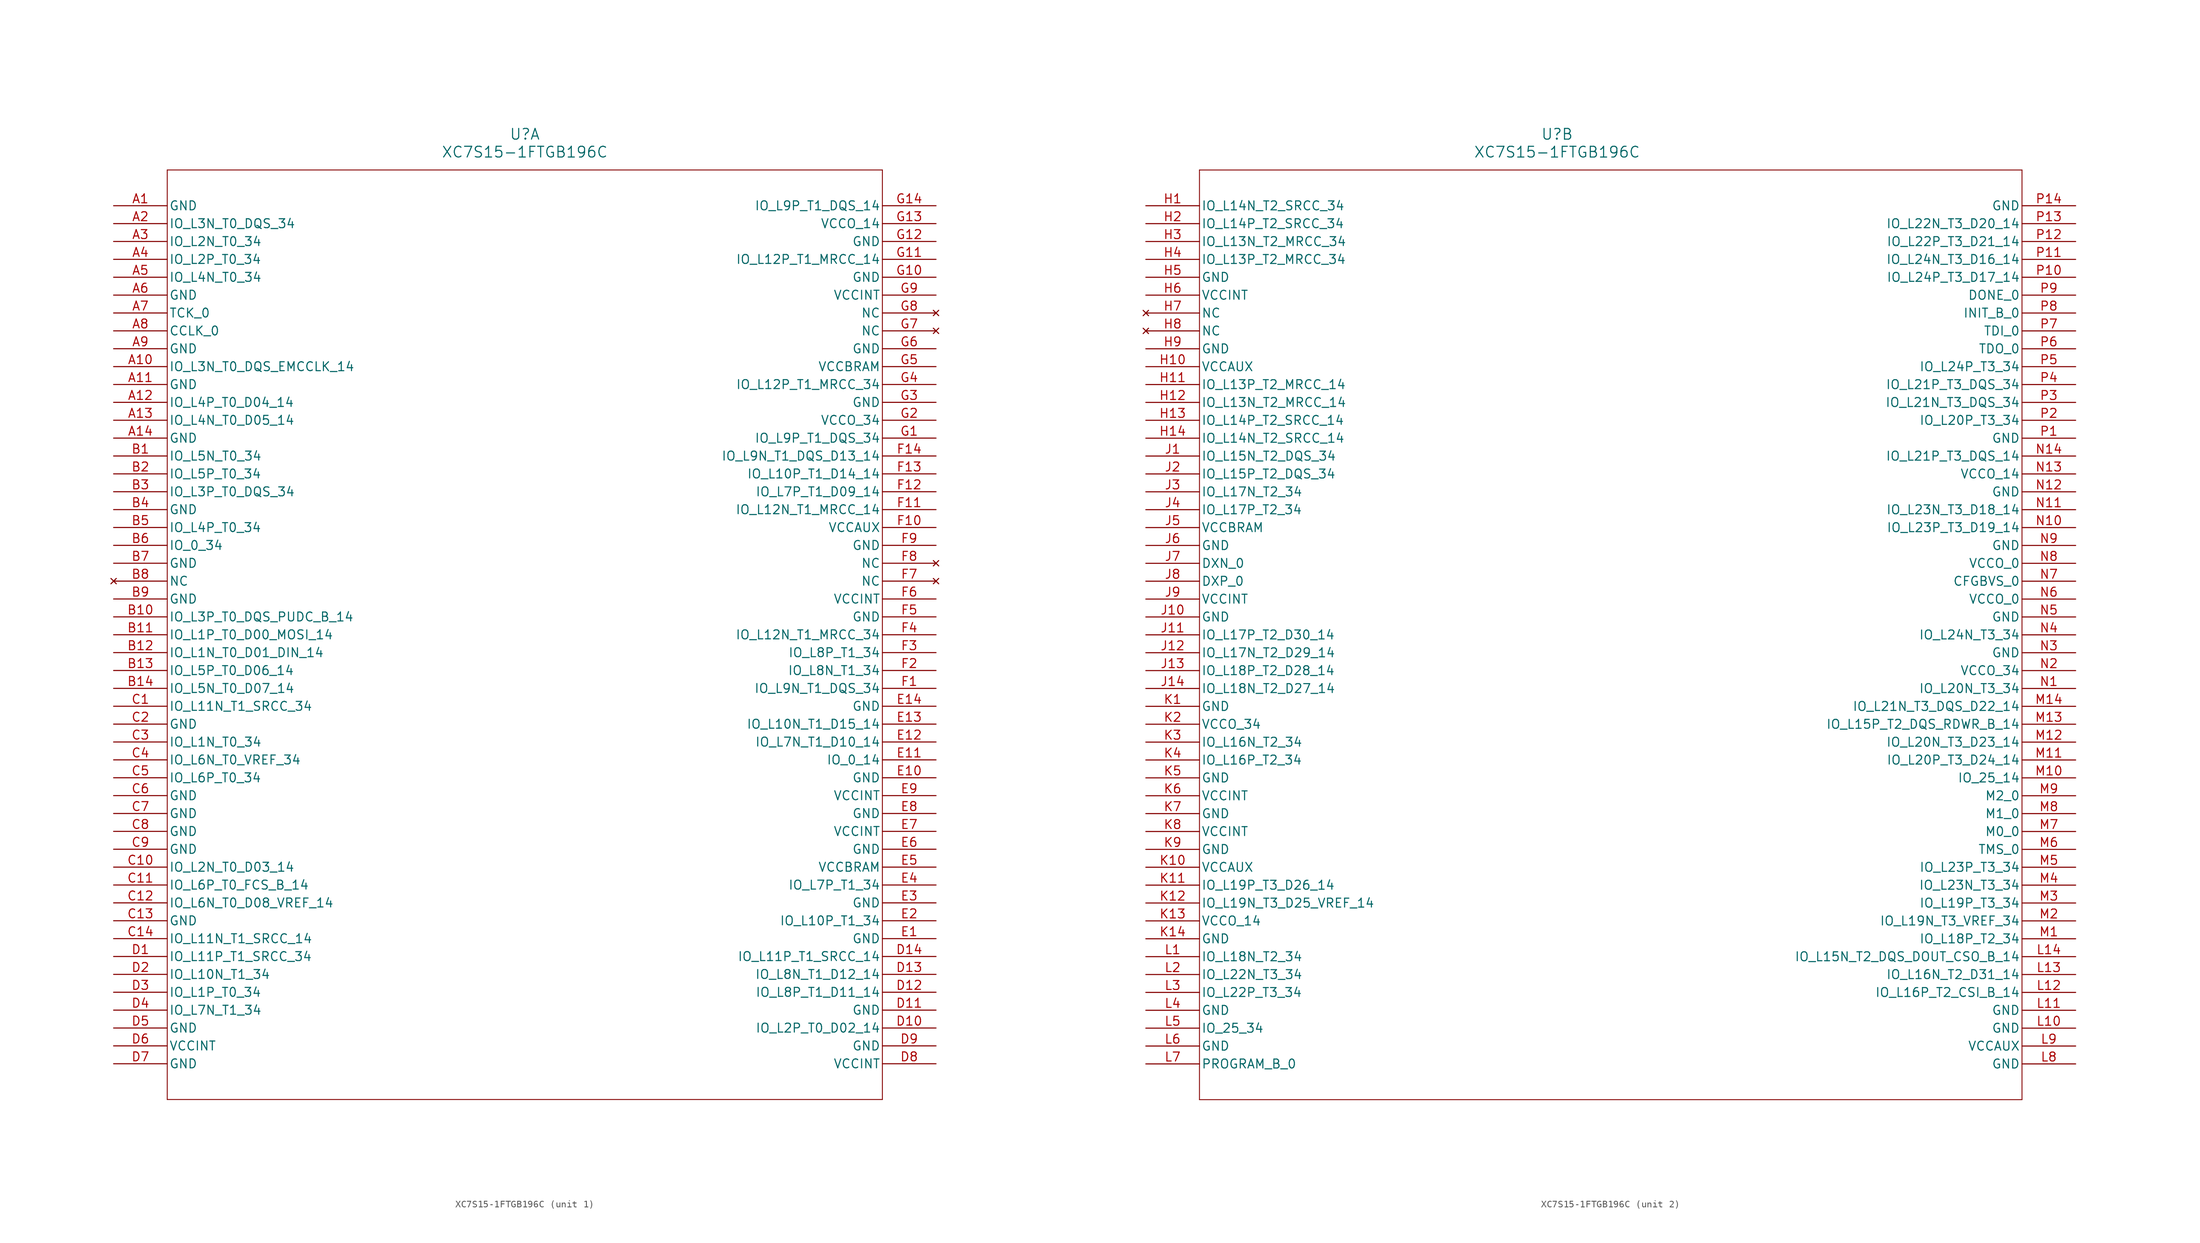
<source format=kicad_sym>
(kicad_symbol_lib
  (version 20211014)
  (generator kicad_symbol_editor)
  (symbol "XC7S15-1FTGB196C"
    (pin_names
      (offset 0.254))
    (property "Reference" "U"
      (at 58.42 10.16 0)
      (effects (font (size 1.524 1.524))))
    (property "Value" "XC7S15-1FTGB196C"
      (at 58.42 7.62 0)
      (effects (font (size 1.524 1.524))))
    (symbol "XC7S15-1FTGB196C_1_1"
      (polyline (pts (xy 7.62 5.08) (xy 7.62 -127)) (stroke (width 0.127) (type default) (color 0 0 0 0)) (fill (type none)))
      (polyline (pts (xy 7.62 -127) (xy 109.22 -127)) (stroke (width 0.127) (type default) (color 0 0 0 0)) (fill (type none)))
      (polyline (pts (xy 109.22 -127) (xy 109.22 5.08)) (stroke (width 0.127) (type default) (color 0 0 0 0)) (fill (type none)))
      (polyline (pts (xy 109.22 5.08) (xy 7.62 5.08)) (stroke (width 0.127) (type default) (color 0 0 0 0)) (fill (type none)))
      (pin power_out line (at 0 0 0) (length 7.62) (name "GND" (effects (font (size 1.27 1.27)))) (number "A1" (effects (font (size 1.27 1.27)))))
      (pin bidirectional line (at 0 -2.54 0) (length 7.62) (name "IO_L3N_T0_DQS_34" (effects (font (size 1.27 1.27)))) (number "A2" (effects (font (size 1.27 1.27)))))
      (pin bidirectional line (at 0 -5.08 0) (length 7.62) (name "IO_L2N_T0_34" (effects (font (size 1.27 1.27)))) (number "A3" (effects (font (size 1.27 1.27)))))
      (pin bidirectional line (at 0 -7.62 0) (length 7.62) (name "IO_L2P_T0_34" (effects (font (size 1.27 1.27)))) (number "A4" (effects (font (size 1.27 1.27)))))
      (pin bidirectional line (at 0 -10.16 0) (length 7.62) (name "IO_L4N_T0_34" (effects (font (size 1.27 1.27)))) (number "A5" (effects (font (size 1.27 1.27)))))
      (pin power_out line (at 0 -12.7 0) (length 7.62) (name "GND" (effects (font (size 1.27 1.27)))) (number "A6" (effects (font (size 1.27 1.27)))))
      (pin input line (at 0 -15.24 0) (length 7.62) (name "TCK_0" (effects (font (size 1.27 1.27)))) (number "A7" (effects (font (size 1.27 1.27)))))
      (pin bidirectional line (at 0 -17.78 0) (length 7.62) (name "CCLK_0" (effects (font (size 1.27 1.27)))) (number "A8" (effects (font (size 1.27 1.27)))))
      (pin power_out line (at 0 -20.32 0) (length 7.62) (name "GND" (effects (font (size 1.27 1.27)))) (number "A9" (effects (font (size 1.27 1.27)))))
      (pin bidirectional line (at 0 -22.86 0) (length 7.62) (name "IO_L3N_T0_DQS_EMCCLK_14" (effects (font (size 1.27 1.27)))) (number "A10" (effects (font (size 1.27 1.27)))))
      (pin power_out line (at 0 -25.4 0) (length 7.62) (name "GND" (effects (font (size 1.27 1.27)))) (number "A11" (effects (font (size 1.27 1.27)))))
      (pin bidirectional line (at 0 -27.94 0) (length 7.62) (name "IO_L4P_T0_D04_14" (effects (font (size 1.27 1.27)))) (number "A12" (effects (font (size 1.27 1.27)))))
      (pin bidirectional line (at 0 -30.48 0) (length 7.62) (name "IO_L4N_T0_D05_14" (effects (font (size 1.27 1.27)))) (number "A13" (effects (font (size 1.27 1.27)))))
      (pin power_out line (at 0 -33.02 0) (length 7.62) (name "GND" (effects (font (size 1.27 1.27)))) (number "A14" (effects (font (size 1.27 1.27)))))
      (pin bidirectional line (at 0 -35.56 0) (length 7.62) (name "IO_L5N_T0_34" (effects (font (size 1.27 1.27)))) (number "B1" (effects (font (size 1.27 1.27)))))
      (pin bidirectional line (at 0 -38.1 0) (length 7.62) (name "IO_L5P_T0_34" (effects (font (size 1.27 1.27)))) (number "B2" (effects (font (size 1.27 1.27)))))
      (pin bidirectional line (at 0 -40.64 0) (length 7.62) (name "IO_L3P_T0_DQS_34" (effects (font (size 1.27 1.27)))) (number "B3" (effects (font (size 1.27 1.27)))))
      (pin power_out line (at 0 -43.18 0) (length 7.62) (name "GND" (effects (font (size 1.27 1.27)))) (number "B4" (effects (font (size 1.27 1.27)))))
      (pin bidirectional line (at 0 -45.72 0) (length 7.62) (name "IO_L4P_T0_34" (effects (font (size 1.27 1.27)))) (number "B5" (effects (font (size 1.27 1.27)))))
      (pin bidirectional line (at 0 -48.26 0) (length 7.62) (name "IO_0_34" (effects (font (size 1.27 1.27)))) (number "B6" (effects (font (size 1.27 1.27)))))
      (pin power_out line (at 0 -50.8 0) (length 7.62) (name "GND" (effects (font (size 1.27 1.27)))) (number "B7" (effects (font (size 1.27 1.27)))))
      (pin no_connect line (at 0 -53.34 0) (length 7.62) (name "NC" (effects (font (size 1.27 1.27)))) (number "B8" (effects (font (size 1.27 1.27)))))
      (pin power_out line (at 0 -55.88 0) (length 7.62) (name "GND" (effects (font (size 1.27 1.27)))) (number "B9" (effects (font (size 1.27 1.27)))))
      (pin bidirectional line (at 0 -58.42 0) (length 7.62) (name "IO_L3P_T0_DQS_PUDC_B_14" (effects (font (size 1.27 1.27)))) (number "B10" (effects (font (size 1.27 1.27)))))
      (pin bidirectional line (at 0 -60.96 0) (length 7.62) (name "IO_L1P_T0_D00_MOSI_14" (effects (font (size 1.27 1.27)))) (number "B11" (effects (font (size 1.27 1.27)))))
      (pin bidirectional line (at 0 -63.5 0) (length 7.62) (name "IO_L1N_T0_D01_DIN_14" (effects (font (size 1.27 1.27)))) (number "B12" (effects (font (size 1.27 1.27)))))
      (pin bidirectional line (at 0 -66.04 0) (length 7.62) (name "IO_L5P_T0_D06_14" (effects (font (size 1.27 1.27)))) (number "B13" (effects (font (size 1.27 1.27)))))
      (pin bidirectional line (at 0 -68.58 0) (length 7.62) (name "IO_L5N_T0_D07_14" (effects (font (size 1.27 1.27)))) (number "B14" (effects (font (size 1.27 1.27)))))
      (pin bidirectional line (at 0 -71.12 0) (length 7.62) (name "IO_L11N_T1_SRCC_34" (effects (font (size 1.27 1.27)))) (number "C1" (effects (font (size 1.27 1.27)))))
      (pin power_out line (at 0 -73.66 0) (length 7.62) (name "GND" (effects (font (size 1.27 1.27)))) (number "C2" (effects (font (size 1.27 1.27)))))
      (pin bidirectional line (at 0 -76.2 0) (length 7.62) (name "IO_L1N_T0_34" (effects (font (size 1.27 1.27)))) (number "C3" (effects (font (size 1.27 1.27)))))
      (pin bidirectional line (at 0 -78.74 0) (length 7.62) (name "IO_L6N_T0_VREF_34" (effects (font (size 1.27 1.27)))) (number "C4" (effects (font (size 1.27 1.27)))))
      (pin bidirectional line (at 0 -81.28 0) (length 7.62) (name "IO_L6P_T0_34" (effects (font (size 1.27 1.27)))) (number "C5" (effects (font (size 1.27 1.27)))))
      (pin power_out line (at 0 -83.82 0) (length 7.62) (name "GND" (effects (font (size 1.27 1.27)))) (number "C6" (effects (font (size 1.27 1.27)))))
      (pin power_out line (at 0 -86.36 0) (length 7.62) (name "GND" (effects (font (size 1.27 1.27)))) (number "C7" (effects (font (size 1.27 1.27)))))
      (pin power_out line (at 0 -88.9 0) (length 7.62) (name "GND" (effects (font (size 1.27 1.27)))) (number "C8" (effects (font (size 1.27 1.27)))))
      (pin power_out line (at 0 -91.44 0) (length 7.62) (name "GND" (effects (font (size 1.27 1.27)))) (number "C9" (effects (font (size 1.27 1.27)))))
      (pin bidirectional line (at 0 -93.98 0) (length 7.62) (name "IO_L2N_T0_D03_14" (effects (font (size 1.27 1.27)))) (number "C10" (effects (font (size 1.27 1.27)))))
      (pin bidirectional line (at 0 -96.52 0) (length 7.62) (name "IO_L6P_T0_FCS_B_14" (effects (font (size 1.27 1.27)))) (number "C11" (effects (font (size 1.27 1.27)))))
      (pin bidirectional line (at 0 -99.06 0) (length 7.62) (name "IO_L6N_T0_D08_VREF_14" (effects (font (size 1.27 1.27)))) (number "C12" (effects (font (size 1.27 1.27)))))
      (pin power_out line (at 0 -101.6 0) (length 7.62) (name "GND" (effects (font (size 1.27 1.27)))) (number "C13" (effects (font (size 1.27 1.27)))))
      (pin bidirectional line (at 0 -104.14 0) (length 7.62) (name "IO_L11N_T1_SRCC_14" (effects (font (size 1.27 1.27)))) (number "C14" (effects (font (size 1.27 1.27)))))
      (pin bidirectional line (at 0 -106.68 0) (length 7.62) (name "IO_L11P_T1_SRCC_34" (effects (font (size 1.27 1.27)))) (number "D1" (effects (font (size 1.27 1.27)))))
      (pin bidirectional line (at 0 -109.22 0) (length 7.62) (name "IO_L10N_T1_34" (effects (font (size 1.27 1.27)))) (number "D2" (effects (font (size 1.27 1.27)))))
      (pin bidirectional line (at 0 -111.76 0) (length 7.62) (name "IO_L1P_T0_34" (effects (font (size 1.27 1.27)))) (number "D3" (effects (font (size 1.27 1.27)))))
      (pin bidirectional line (at 0 -114.3 0) (length 7.62) (name "IO_L7N_T1_34" (effects (font (size 1.27 1.27)))) (number "D4" (effects (font (size 1.27 1.27)))))
      (pin power_out line (at 0 -116.84 0) (length 7.62) (name "GND" (effects (font (size 1.27 1.27)))) (number "D5" (effects (font (size 1.27 1.27)))))
      (pin power_in line (at 0 -119.38 0) (length 7.62) (name "VCCINT" (effects (font (size 1.27 1.27)))) (number "D6" (effects (font (size 1.27 1.27)))))
      (pin power_out line (at 0 -121.92 0) (length 7.62) (name "GND" (effects (font (size 1.27 1.27)))) (number "D7" (effects (font (size 1.27 1.27)))))
      (pin power_in line (at 116.84 -121.92 180) (length 7.62) (name "VCCINT" (effects (font (size 1.27 1.27)))) (number "D8" (effects (font (size 1.27 1.27)))))
      (pin power_out line (at 116.84 -119.38 180) (length 7.62) (name "GND" (effects (font (size 1.27 1.27)))) (number "D9" (effects (font (size 1.27 1.27)))))
      (pin bidirectional line (at 116.84 -116.84 180) (length 7.62) (name "IO_L2P_T0_D02_14" (effects (font (size 1.27 1.27)))) (number "D10" (effects (font (size 1.27 1.27)))))
      (pin power_out line (at 116.84 -114.3 180) (length 7.62) (name "GND" (effects (font (size 1.27 1.27)))) (number "D11" (effects (font (size 1.27 1.27)))))
      (pin bidirectional line (at 116.84 -111.76 180) (length 7.62) (name "IO_L8P_T1_D11_14" (effects (font (size 1.27 1.27)))) (number "D12" (effects (font (size 1.27 1.27)))))
      (pin bidirectional line (at 116.84 -109.22 180) (length 7.62) (name "IO_L8N_T1_D12_14" (effects (font (size 1.27 1.27)))) (number "D13" (effects (font (size 1.27 1.27)))))
      (pin bidirectional line (at 116.84 -106.68 180) (length 7.62) (name "IO_L11P_T1_SRCC_14" (effects (font (size 1.27 1.27)))) (number "D14" (effects (font (size 1.27 1.27)))))
      (pin power_out line (at 116.84 -104.14 180) (length 7.62) (name "GND" (effects (font (size 1.27 1.27)))) (number "E1" (effects (font (size 1.27 1.27)))))
      (pin bidirectional line (at 116.84 -101.6 180) (length 7.62) (name "IO_L10P_T1_34" (effects (font (size 1.27 1.27)))) (number "E2" (effects (font (size 1.27 1.27)))))
      (pin power_out line (at 116.84 -99.06 180) (length 7.62) (name "GND" (effects (font (size 1.27 1.27)))) (number "E3" (effects (font (size 1.27 1.27)))))
      (pin bidirectional line (at 116.84 -96.52 180) (length 7.62) (name "IO_L7P_T1_34" (effects (font (size 1.27 1.27)))) (number "E4" (effects (font (size 1.27 1.27)))))
      (pin power_in line (at 116.84 -93.98 180) (length 7.62) (name "VCCBRAM" (effects (font (size 1.27 1.27)))) (number "E5" (effects (font (size 1.27 1.27)))))
      (pin power_out line (at 116.84 -91.44 180) (length 7.62) (name "GND" (effects (font (size 1.27 1.27)))) (number "E6" (effects (font (size 1.27 1.27)))))
      (pin power_in line (at 116.84 -88.9 180) (length 7.62) (name "VCCINT" (effects (font (size 1.27 1.27)))) (number "E7" (effects (font (size 1.27 1.27)))))
      (pin power_out line (at 116.84 -86.36 180) (length 7.62) (name "GND" (effects (font (size 1.27 1.27)))) (number "E8" (effects (font (size 1.27 1.27)))))
      (pin power_in line (at 116.84 -83.82 180) (length 7.62) (name "VCCINT" (effects (font (size 1.27 1.27)))) (number "E9" (effects (font (size 1.27 1.27)))))
      (pin power_out line (at 116.84 -81.28 180) (length 7.62) (name "GND" (effects (font (size 1.27 1.27)))) (number "E10" (effects (font (size 1.27 1.27)))))
      (pin bidirectional line (at 116.84 -78.74 180) (length 7.62) (name "IO_0_14" (effects (font (size 1.27 1.27)))) (number "E11" (effects (font (size 1.27 1.27)))))
      (pin bidirectional line (at 116.84 -76.2 180) (length 7.62) (name "IO_L7N_T1_D10_14" (effects (font (size 1.27 1.27)))) (number "E12" (effects (font (size 1.27 1.27)))))
      (pin bidirectional line (at 116.84 -73.66 180) (length 7.62) (name "IO_L10N_T1_D15_14" (effects (font (size 1.27 1.27)))) (number "E13" (effects (font (size 1.27 1.27)))))
      (pin power_out line (at 116.84 -71.12 180) (length 7.62) (name "GND" (effects (font (size 1.27 1.27)))) (number "E14" (effects (font (size 1.27 1.27)))))
      (pin bidirectional line (at 116.84 -68.58 180) (length 7.62) (name "IO_L9N_T1_DQS_34" (effects (font (size 1.27 1.27)))) (number "F1" (effects (font (size 1.27 1.27)))))
      (pin bidirectional line (at 116.84 -66.04 180) (length 7.62) (name "IO_L8N_T1_34" (effects (font (size 1.27 1.27)))) (number "F2" (effects (font (size 1.27 1.27)))))
      (pin bidirectional line (at 116.84 -63.5 180) (length 7.62) (name "IO_L8P_T1_34" (effects (font (size 1.27 1.27)))) (number "F3" (effects (font (size 1.27 1.27)))))
      (pin bidirectional line (at 116.84 -60.96 180) (length 7.62) (name "IO_L12N_T1_MRCC_34" (effects (font (size 1.27 1.27)))) (number "F4" (effects (font (size 1.27 1.27)))))
      (pin power_out line (at 116.84 -58.42 180) (length 7.62) (name "GND" (effects (font (size 1.27 1.27)))) (number "F5" (effects (font (size 1.27 1.27)))))
      (pin power_in line (at 116.84 -55.88 180) (length 7.62) (name "VCCINT" (effects (font (size 1.27 1.27)))) (number "F6" (effects (font (size 1.27 1.27)))))
      (pin no_connect line (at 116.84 -53.34 180) (length 7.62) (name "NC" (effects (font (size 1.27 1.27)))) (number "F7" (effects (font (size 1.27 1.27)))))
      (pin no_connect line (at 116.84 -50.8 180) (length 7.62) (name "NC" (effects (font (size 1.27 1.27)))) (number "F8" (effects (font (size 1.27 1.27)))))
      (pin power_out line (at 116.84 -48.26 180) (length 7.62) (name "GND" (effects (font (size 1.27 1.27)))) (number "F9" (effects (font (size 1.27 1.27)))))
      (pin power_in line (at 116.84 -45.72 180) (length 7.62) (name "VCCAUX" (effects (font (size 1.27 1.27)))) (number "F10" (effects (font (size 1.27 1.27)))))
      (pin bidirectional line (at 116.84 -43.18 180) (length 7.62) (name "IO_L12N_T1_MRCC_14" (effects (font (size 1.27 1.27)))) (number "F11" (effects (font (size 1.27 1.27)))))
      (pin bidirectional line (at 116.84 -40.64 180) (length 7.62) (name "IO_L7P_T1_D09_14" (effects (font (size 1.27 1.27)))) (number "F12" (effects (font (size 1.27 1.27)))))
      (pin bidirectional line (at 116.84 -38.1 180) (length 7.62) (name "IO_L10P_T1_D14_14" (effects (font (size 1.27 1.27)))) (number "F13" (effects (font (size 1.27 1.27)))))
      (pin bidirectional line (at 116.84 -35.56 180) (length 7.62) (name "IO_L9N_T1_DQS_D13_14" (effects (font (size 1.27 1.27)))) (number "F14" (effects (font (size 1.27 1.27)))))
      (pin bidirectional line (at 116.84 -33.02 180) (length 7.62) (name "IO_L9P_T1_DQS_34" (effects (font (size 1.27 1.27)))) (number "G1" (effects (font (size 1.27 1.27)))))
      (pin power_in line (at 116.84 -30.48 180) (length 7.62) (name "VCCO_34" (effects (font (size 1.27 1.27)))) (number "G2" (effects (font (size 1.27 1.27)))))
      (pin power_out line (at 116.84 -27.94 180) (length 7.62) (name "GND" (effects (font (size 1.27 1.27)))) (number "G3" (effects (font (size 1.27 1.27)))))
      (pin bidirectional line (at 116.84 -25.4 180) (length 7.62) (name "IO_L12P_T1_MRCC_34" (effects (font (size 1.27 1.27)))) (number "G4" (effects (font (size 1.27 1.27)))))
      (pin power_in line (at 116.84 -22.86 180) (length 7.62) (name "VCCBRAM" (effects (font (size 1.27 1.27)))) (number "G5" (effects (font (size 1.27 1.27)))))
      (pin power_out line (at 116.84 -20.32 180) (length 7.62) (name "GND" (effects (font (size 1.27 1.27)))) (number "G6" (effects (font (size 1.27 1.27)))))
      (pin no_connect line (at 116.84 -17.78 180) (length 7.62) (name "NC" (effects (font (size 1.27 1.27)))) (number "G7" (effects (font (size 1.27 1.27)))))
      (pin no_connect line (at 116.84 -15.24 180) (length 7.62) (name "NC" (effects (font (size 1.27 1.27)))) (number "G8" (effects (font (size 1.27 1.27)))))
      (pin power_in line (at 116.84 -12.7 180) (length 7.62) (name "VCCINT" (effects (font (size 1.27 1.27)))) (number "G9" (effects (font (size 1.27 1.27)))))
      (pin power_out line (at 116.84 -10.16 180) (length 7.62) (name "GND" (effects (font (size 1.27 1.27)))) (number "G10" (effects (font (size 1.27 1.27)))))
      (pin bidirectional line (at 116.84 -7.62 180) (length 7.62) (name "IO_L12P_T1_MRCC_14" (effects (font (size 1.27 1.27)))) (number "G11" (effects (font (size 1.27 1.27)))))
      (pin power_out line (at 116.84 -5.08 180) (length 7.62) (name "GND" (effects (font (size 1.27 1.27)))) (number "G12" (effects (font (size 1.27 1.27)))))
      (pin power_in line (at 116.84 -2.54 180) (length 7.62) (name "VCCO_14" (effects (font (size 1.27 1.27)))) (number "G13" (effects (font (size 1.27 1.27)))))
      (pin bidirectional line (at 116.84 0 180) (length 7.62) (name "IO_L9P_T1_DQS_14" (effects (font (size 1.27 1.27)))) (number "G14" (effects (font (size 1.27 1.27))))))
    (symbol "XC7S15-1FTGB196C_2_1"
      (polyline (pts (xy 7.62 5.08) (xy 7.62 -127)) (stroke (width 0.127) (type default) (color 0 0 0 0)) (fill (type none)))
      (polyline (pts (xy 7.62 -127) (xy 124.46 -127)) (stroke (width 0.127) (type default) (color 0 0 0 0)) (fill (type none)))
      (polyline (pts (xy 124.46 -127) (xy 124.46 5.08)) (stroke (width 0.127) (type default) (color 0 0 0 0)) (fill (type none)))
      (polyline (pts (xy 124.46 5.08) (xy 7.62 5.08)) (stroke (width 0.127) (type default) (color 0 0 0 0)) (fill (type none)))
      (pin bidirectional line (at 0 0 0) (length 7.62) (name "IO_L14N_T2_SRCC_34" (effects (font (size 1.27 1.27)))) (number "H1" (effects (font (size 1.27 1.27)))))
      (pin bidirectional line (at 0 -2.54 0) (length 7.62) (name "IO_L14P_T2_SRCC_34" (effects (font (size 1.27 1.27)))) (number "H2" (effects (font (size 1.27 1.27)))))
      (pin bidirectional line (at 0 -5.08 0) (length 7.62) (name "IO_L13N_T2_MRCC_34" (effects (font (size 1.27 1.27)))) (number "H3" (effects (font (size 1.27 1.27)))))
      (pin bidirectional line (at 0 -7.62 0) (length 7.62) (name "IO_L13P_T2_MRCC_34" (effects (font (size 1.27 1.27)))) (number "H4" (effects (font (size 1.27 1.27)))))
      (pin power_out line (at 0 -10.16 0) (length 7.62) (name "GND" (effects (font (size 1.27 1.27)))) (number "H5" (effects (font (size 1.27 1.27)))))
      (pin power_in line (at 0 -12.7 0) (length 7.62) (name "VCCINT" (effects (font (size 1.27 1.27)))) (number "H6" (effects (font (size 1.27 1.27)))))
      (pin no_connect line (at 0 -15.24 0) (length 7.62) (name "NC" (effects (font (size 1.27 1.27)))) (number "H7" (effects (font (size 1.27 1.27)))))
      (pin no_connect line (at 0 -17.78 0) (length 7.62) (name "NC" (effects (font (size 1.27 1.27)))) (number "H8" (effects (font (size 1.27 1.27)))))
      (pin power_out line (at 0 -20.32 0) (length 7.62) (name "GND" (effects (font (size 1.27 1.27)))) (number "H9" (effects (font (size 1.27 1.27)))))
      (pin power_in line (at 0 -22.86 0) (length 7.62) (name "VCCAUX" (effects (font (size 1.27 1.27)))) (number "H10" (effects (font (size 1.27 1.27)))))
      (pin bidirectional line (at 0 -25.4 0) (length 7.62) (name "IO_L13P_T2_MRCC_14" (effects (font (size 1.27 1.27)))) (number "H11" (effects (font (size 1.27 1.27)))))
      (pin bidirectional line (at 0 -27.94 0) (length 7.62) (name "IO_L13N_T2_MRCC_14" (effects (font (size 1.27 1.27)))) (number "H12" (effects (font (size 1.27 1.27)))))
      (pin bidirectional line (at 0 -30.48 0) (length 7.62) (name "IO_L14P_T2_SRCC_14" (effects (font (size 1.27 1.27)))) (number "H13" (effects (font (size 1.27 1.27)))))
      (pin bidirectional line (at 0 -33.02 0) (length 7.62) (name "IO_L14N_T2_SRCC_14" (effects (font (size 1.27 1.27)))) (number "H14" (effects (font (size 1.27 1.27)))))
      (pin bidirectional line (at 0 -35.56 0) (length 7.62) (name "IO_L15N_T2_DQS_34" (effects (font (size 1.27 1.27)))) (number "J1" (effects (font (size 1.27 1.27)))))
      (pin bidirectional line (at 0 -38.1 0) (length 7.62) (name "IO_L15P_T2_DQS_34" (effects (font (size 1.27 1.27)))) (number "J2" (effects (font (size 1.27 1.27)))))
      (pin bidirectional line (at 0 -40.64 0) (length 7.62) (name "IO_L17N_T2_34" (effects (font (size 1.27 1.27)))) (number "J3" (effects (font (size 1.27 1.27)))))
      (pin bidirectional line (at 0 -43.18 0) (length 7.62) (name "IO_L17P_T2_34" (effects (font (size 1.27 1.27)))) (number "J4" (effects (font (size 1.27 1.27)))))
      (pin power_in line (at 0 -45.72 0) (length 7.62) (name "VCCBRAM" (effects (font (size 1.27 1.27)))) (number "J5" (effects (font (size 1.27 1.27)))))
      (pin power_out line (at 0 -48.26 0) (length 7.62) (name "GND" (effects (font (size 1.27 1.27)))) (number "J6" (effects (font (size 1.27 1.27)))))
      (pin unspecified line (at 0 -50.8 0) (length 7.62) (name "DXN_0" (effects (font (size 1.27 1.27)))) (number "J7" (effects (font (size 1.27 1.27)))))
      (pin unspecified line (at 0 -53.34 0) (length 7.62) (name "DXP_0" (effects (font (size 1.27 1.27)))) (number "J8" (effects (font (size 1.27 1.27)))))
      (pin power_in line (at 0 -55.88 0) (length 7.62) (name "VCCINT" (effects (font (size 1.27 1.27)))) (number "J9" (effects (font (size 1.27 1.27)))))
      (pin power_out line (at 0 -58.42 0) (length 7.62) (name "GND" (effects (font (size 1.27 1.27)))) (number "J10" (effects (font (size 1.27 1.27)))))
      (pin bidirectional line (at 0 -60.96 0) (length 7.62) (name "IO_L17P_T2_D30_14" (effects (font (size 1.27 1.27)))) (number "J11" (effects (font (size 1.27 1.27)))))
      (pin bidirectional line (at 0 -63.5 0) (length 7.62) (name "IO_L17N_T2_D29_14" (effects (font (size 1.27 1.27)))) (number "J12" (effects (font (size 1.27 1.27)))))
      (pin bidirectional line (at 0 -66.04 0) (length 7.62) (name "IO_L18P_T2_D28_14" (effects (font (size 1.27 1.27)))) (number "J13" (effects (font (size 1.27 1.27)))))
      (pin bidirectional line (at 0 -68.58 0) (length 7.62) (name "IO_L18N_T2_D27_14" (effects (font (size 1.27 1.27)))) (number "J14" (effects (font (size 1.27 1.27)))))
      (pin power_out line (at 0 -71.12 0) (length 7.62) (name "GND" (effects (font (size 1.27 1.27)))) (number "K1" (effects (font (size 1.27 1.27)))))
      (pin power_in line (at 0 -73.66 0) (length 7.62) (name "VCCO_34" (effects (font (size 1.27 1.27)))) (number "K2" (effects (font (size 1.27 1.27)))))
      (pin bidirectional line (at 0 -76.2 0) (length 7.62) (name "IO_L16N_T2_34" (effects (font (size 1.27 1.27)))) (number "K3" (effects (font (size 1.27 1.27)))))
      (pin bidirectional line (at 0 -78.74 0) (length 7.62) (name "IO_L16P_T2_34" (effects (font (size 1.27 1.27)))) (number "K4" (effects (font (size 1.27 1.27)))))
      (pin power_out line (at 0 -81.28 0) (length 7.62) (name "GND" (effects (font (size 1.27 1.27)))) (number "K5" (effects (font (size 1.27 1.27)))))
      (pin power_in line (at 0 -83.82 0) (length 7.62) (name "VCCINT" (effects (font (size 1.27 1.27)))) (number "K6" (effects (font (size 1.27 1.27)))))
      (pin power_out line (at 0 -86.36 0) (length 7.62) (name "GND" (effects (font (size 1.27 1.27)))) (number "K7" (effects (font (size 1.27 1.27)))))
      (pin power_in line (at 0 -88.9 0) (length 7.62) (name "VCCINT" (effects (font (size 1.27 1.27)))) (number "K8" (effects (font (size 1.27 1.27)))))
      (pin power_out line (at 0 -91.44 0) (length 7.62) (name "GND" (effects (font (size 1.27 1.27)))) (number "K9" (effects (font (size 1.27 1.27)))))
      (pin power_in line (at 0 -93.98 0) (length 7.62) (name "VCCAUX" (effects (font (size 1.27 1.27)))) (number "K10" (effects (font (size 1.27 1.27)))))
      (pin bidirectional line (at 0 -96.52 0) (length 7.62) (name "IO_L19P_T3_D26_14" (effects (font (size 1.27 1.27)))) (number "K11" (effects (font (size 1.27 1.27)))))
      (pin bidirectional line (at 0 -99.06 0) (length 7.62) (name "IO_L19N_T3_D25_VREF_14" (effects (font (size 1.27 1.27)))) (number "K12" (effects (font (size 1.27 1.27)))))
      (pin power_in line (at 0 -101.6 0) (length 7.62) (name "VCCO_14" (effects (font (size 1.27 1.27)))) (number "K13" (effects (font (size 1.27 1.27)))))
      (pin power_out line (at 0 -104.14 0) (length 7.62) (name "GND" (effects (font (size 1.27 1.27)))) (number "K14" (effects (font (size 1.27 1.27)))))
      (pin bidirectional line (at 0 -106.68 0) (length 7.62) (name "IO_L18N_T2_34" (effects (font (size 1.27 1.27)))) (number "L1" (effects (font (size 1.27 1.27)))))
      (pin bidirectional line (at 0 -109.22 0) (length 7.62) (name "IO_L22N_T3_34" (effects (font (size 1.27 1.27)))) (number "L2" (effects (font (size 1.27 1.27)))))
      (pin bidirectional line (at 0 -111.76 0) (length 7.62) (name "IO_L22P_T3_34" (effects (font (size 1.27 1.27)))) (number "L3" (effects (font (size 1.27 1.27)))))
      (pin power_out line (at 0 -114.3 0) (length 7.62) (name "GND" (effects (font (size 1.27 1.27)))) (number "L4" (effects (font (size 1.27 1.27)))))
      (pin bidirectional line (at 0 -116.84 0) (length 7.62) (name "IO_25_34" (effects (font (size 1.27 1.27)))) (number "L5" (effects (font (size 1.27 1.27)))))
      (pin power_out line (at 0 -119.38 0) (length 7.62) (name "GND" (effects (font (size 1.27 1.27)))) (number "L6" (effects (font (size 1.27 1.27)))))
      (pin input line (at 0 -121.92 0) (length 7.62) (name "PROGRAM_B_0" (effects (font (size 1.27 1.27)))) (number "L7" (effects (font (size 1.27 1.27)))))
      (pin power_out line (at 132.08 -121.92 180) (length 7.62) (name "GND" (effects (font (size 1.27 1.27)))) (number "L8" (effects (font (size 1.27 1.27)))))
      (pin power_in line (at 132.08 -119.38 180) (length 7.62) (name "VCCAUX" (effects (font (size 1.27 1.27)))) (number "L9" (effects (font (size 1.27 1.27)))))
      (pin power_out line (at 132.08 -116.84 180) (length 7.62) (name "GND" (effects (font (size 1.27 1.27)))) (number "L10" (effects (font (size 1.27 1.27)))))
      (pin power_out line (at 132.08 -114.3 180) (length 7.62) (name "GND" (effects (font (size 1.27 1.27)))) (number "L11" (effects (font (size 1.27 1.27)))))
      (pin bidirectional line (at 132.08 -111.76 180) (length 7.62) (name "IO_L16P_T2_CSI_B_14" (effects (font (size 1.27 1.27)))) (number "L12" (effects (font (size 1.27 1.27)))))
      (pin bidirectional line (at 132.08 -109.22 180) (length 7.62) (name "IO_L16N_T2_D31_14" (effects (font (size 1.27 1.27)))) (number "L13" (effects (font (size 1.27 1.27)))))
      (pin bidirectional line (at 132.08 -106.68 180) (length 7.62) (name "IO_L15N_T2_DQS_DOUT_CSO_B_14" (effects (font (size 1.27 1.27)))) (number "L14" (effects (font (size 1.27 1.27)))))
      (pin bidirectional line (at 132.08 -104.14 180) (length 7.62) (name "IO_L18P_T2_34" (effects (font (size 1.27 1.27)))) (number "M1" (effects (font (size 1.27 1.27)))))
      (pin bidirectional line (at 132.08 -101.6 180) (length 7.62) (name "IO_L19N_T3_VREF_34" (effects (font (size 1.27 1.27)))) (number "M2" (effects (font (size 1.27 1.27)))))
      (pin bidirectional line (at 132.08 -99.06 180) (length 7.62) (name "IO_L19P_T3_34" (effects (font (size 1.27 1.27)))) (number "M3" (effects (font (size 1.27 1.27)))))
      (pin bidirectional line (at 132.08 -96.52 180) (length 7.62) (name "IO_L23N_T3_34" (effects (font (size 1.27 1.27)))) (number "M4" (effects (font (size 1.27 1.27)))))
      (pin bidirectional line (at 132.08 -93.98 180) (length 7.62) (name "IO_L23P_T3_34" (effects (font (size 1.27 1.27)))) (number "M5" (effects (font (size 1.27 1.27)))))
      (pin input line (at 132.08 -91.44 180) (length 7.62) (name "TMS_0" (effects (font (size 1.27 1.27)))) (number "M6" (effects (font (size 1.27 1.27)))))
      (pin input line (at 132.08 -88.9 180) (length 7.62) (name "M0_0" (effects (font (size 1.27 1.27)))) (number "M7" (effects (font (size 1.27 1.27)))))
      (pin input line (at 132.08 -86.36 180) (length 7.62) (name "M1_0" (effects (font (size 1.27 1.27)))) (number "M8" (effects (font (size 1.27 1.27)))))
      (pin input line (at 132.08 -83.82 180) (length 7.62) (name "M2_0" (effects (font (size 1.27 1.27)))) (number "M9" (effects (font (size 1.27 1.27)))))
      (pin bidirectional line (at 132.08 -81.28 180) (length 7.62) (name "IO_25_14" (effects (font (size 1.27 1.27)))) (number "M10" (effects (font (size 1.27 1.27)))))
      (pin bidirectional line (at 132.08 -78.74 180) (length 7.62) (name "IO_L20P_T3_D24_14" (effects (font (size 1.27 1.27)))) (number "M11" (effects (font (size 1.27 1.27)))))
      (pin bidirectional line (at 132.08 -76.2 180) (length 7.62) (name "IO_L20N_T3_D23_14" (effects (font (size 1.27 1.27)))) (number "M12" (effects (font (size 1.27 1.27)))))
      (pin bidirectional line (at 132.08 -73.66 180) (length 7.62) (name "IO_L15P_T2_DQS_RDWR_B_14" (effects (font (size 1.27 1.27)))) (number "M13" (effects (font (size 1.27 1.27)))))
      (pin bidirectional line (at 132.08 -71.12 180) (length 7.62) (name "IO_L21N_T3_DQS_D22_14" (effects (font (size 1.27 1.27)))) (number "M14" (effects (font (size 1.27 1.27)))))
      (pin bidirectional line (at 132.08 -68.58 180) (length 7.62) (name "IO_L20N_T3_34" (effects (font (size 1.27 1.27)))) (number "N1" (effects (font (size 1.27 1.27)))))
      (pin power_in line (at 132.08 -66.04 180) (length 7.62) (name "VCCO_34" (effects (font (size 1.27 1.27)))) (number "N2" (effects (font (size 1.27 1.27)))))
      (pin power_out line (at 132.08 -63.5 180) (length 7.62) (name "GND" (effects (font (size 1.27 1.27)))) (number "N3" (effects (font (size 1.27 1.27)))))
      (pin bidirectional line (at 132.08 -60.96 180) (length 7.62) (name "IO_L24N_T3_34" (effects (font (size 1.27 1.27)))) (number "N4" (effects (font (size 1.27 1.27)))))
      (pin power_out line (at 132.08 -58.42 180) (length 7.62) (name "GND" (effects (font (size 1.27 1.27)))) (number "N5" (effects (font (size 1.27 1.27)))))
      (pin power_in line (at 132.08 -55.88 180) (length 7.62) (name "VCCO_0" (effects (font (size 1.27 1.27)))) (number "N6" (effects (font (size 1.27 1.27)))))
      (pin input line (at 132.08 -53.34 180) (length 7.62) (name "CFGBVS_0" (effects (font (size 1.27 1.27)))) (number "N7" (effects (font (size 1.27 1.27)))))
      (pin power_in line (at 132.08 -50.8 180) (length 7.62) (name "VCCO_0" (effects (font (size 1.27 1.27)))) (number "N8" (effects (font (size 1.27 1.27)))))
      (pin power_out line (at 132.08 -48.26 180) (length 7.62) (name "GND" (effects (font (size 1.27 1.27)))) (number "N9" (effects (font (size 1.27 1.27)))))
      (pin bidirectional line (at 132.08 -45.72 180) (length 7.62) (name "IO_L23P_T3_D19_14" (effects (font (size 1.27 1.27)))) (number "N10" (effects (font (size 1.27 1.27)))))
      (pin bidirectional line (at 132.08 -43.18 180) (length 7.62) (name "IO_L23N_T3_D18_14" (effects (font (size 1.27 1.27)))) (number "N11" (effects (font (size 1.27 1.27)))))
      (pin power_out line (at 132.08 -40.64 180) (length 7.62) (name "GND" (effects (font (size 1.27 1.27)))) (number "N12" (effects (font (size 1.27 1.27)))))
      (pin power_in line (at 132.08 -38.1 180) (length 7.62) (name "VCCO_14" (effects (font (size 1.27 1.27)))) (number "N13" (effects (font (size 1.27 1.27)))))
      (pin bidirectional line (at 132.08 -35.56 180) (length 7.62) (name "IO_L21P_T3_DQS_14" (effects (font (size 1.27 1.27)))) (number "N14" (effects (font (size 1.27 1.27)))))
      (pin power_out line (at 132.08 -33.02 180) (length 7.62) (name "GND" (effects (font (size 1.27 1.27)))) (number "P1" (effects (font (size 1.27 1.27)))))
      (pin bidirectional line (at 132.08 -30.48 180) (length 7.62) (name "IO_L20P_T3_34" (effects (font (size 1.27 1.27)))) (number "P2" (effects (font (size 1.27 1.27)))))
      (pin bidirectional line (at 132.08 -27.94 180) (length 7.62) (name "IO_L21N_T3_DQS_34" (effects (font (size 1.27 1.27)))) (number "P3" (effects (font (size 1.27 1.27)))))
      (pin bidirectional line (at 132.08 -25.4 180) (length 7.62) (name "IO_L21P_T3_DQS_34" (effects (font (size 1.27 1.27)))) (number "P4" (effects (font (size 1.27 1.27)))))
      (pin bidirectional line (at 132.08 -22.86 180) (length 7.62) (name "IO_L24P_T3_34" (effects (font (size 1.27 1.27)))) (number "P5" (effects (font (size 1.27 1.27)))))
      (pin output line (at 132.08 -20.32 180) (length 7.62) (name "TDO_0" (effects (font (size 1.27 1.27)))) (number "P6" (effects (font (size 1.27 1.27)))))
      (pin input line (at 132.08 -17.78 180) (length 7.62) (name "TDI_0" (effects (font (size 1.27 1.27)))) (number "P7" (effects (font (size 1.27 1.27)))))
      (pin bidirectional line (at 132.08 -15.24 180) (length 7.62) (name "INIT_B_0" (effects (font (size 1.27 1.27)))) (number "P8" (effects (font (size 1.27 1.27)))))
      (pin bidirectional line (at 132.08 -12.7 180) (length 7.62) (name "DONE_0" (effects (font (size 1.27 1.27)))) (number "P9" (effects (font (size 1.27 1.27)))))
      (pin bidirectional line (at 132.08 -10.16 180) (length 7.62) (name "IO_L24P_T3_D17_14" (effects (font (size 1.27 1.27)))) (number "P10" (effects (font (size 1.27 1.27)))))
      (pin bidirectional line (at 132.08 -7.62 180) (length 7.62) (name "IO_L24N_T3_D16_14" (effects (font (size 1.27 1.27)))) (number "P11" (effects (font (size 1.27 1.27)))))
      (pin bidirectional line (at 132.08 -5.08 180) (length 7.62) (name "IO_L22P_T3_D21_14" (effects (font (size 1.27 1.27)))) (number "P12" (effects (font (size 1.27 1.27)))))
      (pin bidirectional line (at 132.08 -2.54 180) (length 7.62) (name "IO_L22N_T3_D20_14" (effects (font (size 1.27 1.27)))) (number "P13" (effects (font (size 1.27 1.27)))))
      (pin power_out line (at 132.08 0 180) (length 7.62) (name "GND" (effects (font (size 1.27 1.27)))) (number "P14" (effects (font (size 1.27 1.27))))))))
</source>
